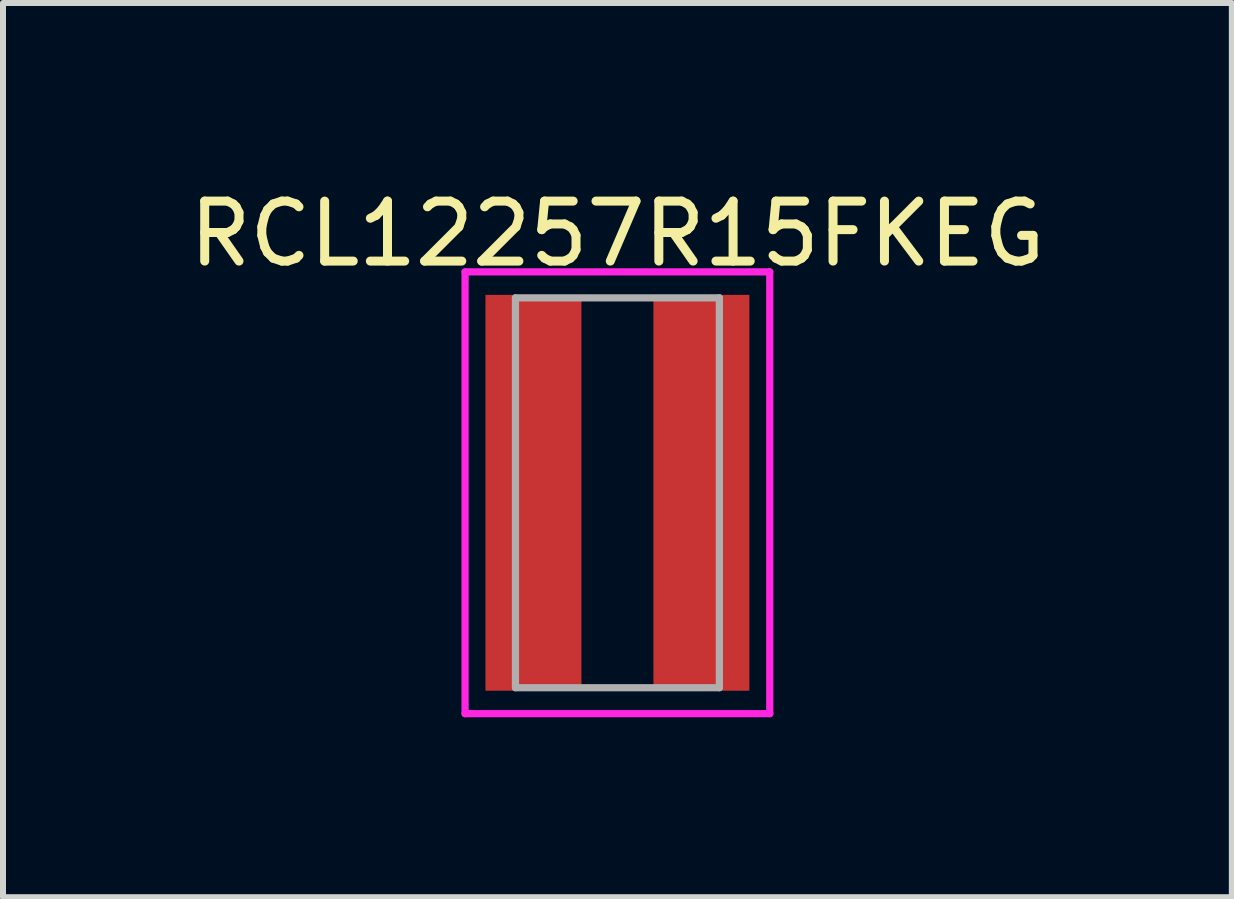
<source format=kicad_pcb>
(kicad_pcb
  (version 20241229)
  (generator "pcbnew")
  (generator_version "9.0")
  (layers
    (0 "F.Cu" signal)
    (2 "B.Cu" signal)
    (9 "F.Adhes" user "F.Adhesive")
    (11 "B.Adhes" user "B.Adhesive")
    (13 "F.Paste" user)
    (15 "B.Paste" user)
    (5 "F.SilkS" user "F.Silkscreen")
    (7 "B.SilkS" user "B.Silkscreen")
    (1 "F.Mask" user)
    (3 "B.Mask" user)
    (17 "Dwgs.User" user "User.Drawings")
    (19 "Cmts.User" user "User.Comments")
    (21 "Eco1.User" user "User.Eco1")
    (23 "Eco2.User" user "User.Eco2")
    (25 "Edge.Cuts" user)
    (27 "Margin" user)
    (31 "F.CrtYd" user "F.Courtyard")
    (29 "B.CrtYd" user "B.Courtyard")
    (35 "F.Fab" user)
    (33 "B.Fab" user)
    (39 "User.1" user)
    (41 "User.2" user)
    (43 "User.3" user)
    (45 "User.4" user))
  (footprint "RCL12257R15FKEG"
    (layer "F.Cu")
    (at 7.244 5.166)
    (property "Reference" "RCL12257R15FKEG" (at 0 -4.318 0) (layer "F.SilkS") (effects (font (size 1 1) (thickness 0.15))))
    (attr through_hole)
    (fp_line (start -2.54 -3.683) (end -2.54 3.683) (stroke (width 0.12) (type solid)) (layer "F.CrtYd"))
    (fp_line (start -2.54 3.683) (end 2.54 3.683) (stroke (width 0.12) (type solid)) (layer "F.CrtYd"))
    (fp_line (start 2.54 -3.683) (end -2.54 -3.683) (stroke (width 0.12) (type solid)) (layer "F.CrtYd"))
    (fp_line (start 2.54 3.683) (end 2.54 -3.683) (stroke (width 0.12) (type solid)) (layer "F.CrtYd"))
    (fp_line (start -1.7 -3.25) (end 1.7 -3.25) (stroke (width 0.12) (type solid)) (layer "F.Fab"))
    (fp_line (start -1.7 3.25) (end -1.7 -3.25) (stroke (width 0.12) (type solid)) (layer "F.Fab"))
    (fp_line (start 1.7 -3.25) (end 1.7 3.25) (stroke (width 0.12) (type solid)) (layer "F.Fab"))
    (fp_line (start 1.7 3.25) (end -1.7 3.25) (stroke (width 0.12) (type solid)) (layer "F.Fab"))
    (pad "1" smd rect (at -1.4 0) (size 1.6 6.6) (layers "F.Cu" "F.Mask" "F.Paste"))
    (pad "2" smd rect (at 1.4 0) (size 1.6 6.6) (layers "F.Cu" "F.Mask" "F.Paste")))
  (gr_rect
    (start -3 -3)
    (end 17.488 11.909)
    (stroke (width 0.1) (type default))
    (fill no)
    (layer "Edge.Cuts")))
</source>
